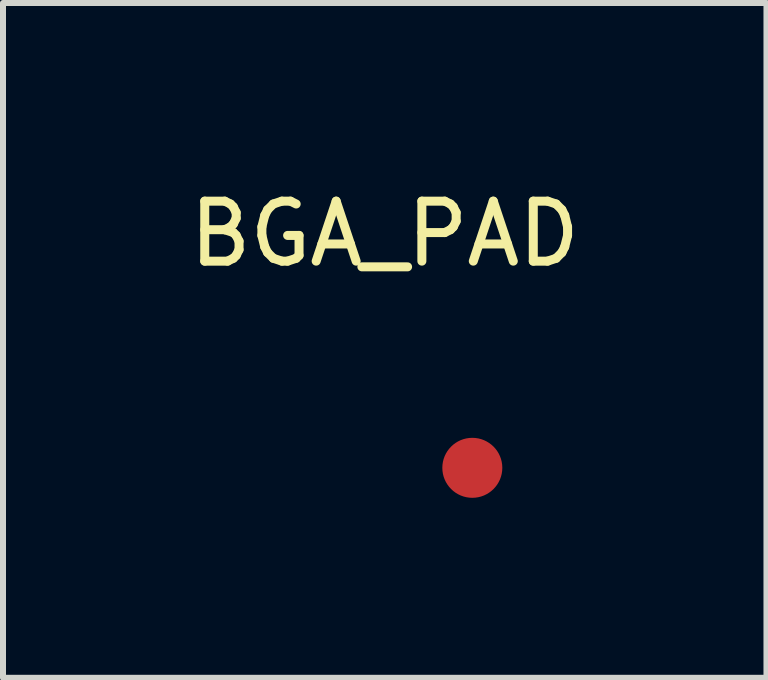
<source format=kicad_pcb>
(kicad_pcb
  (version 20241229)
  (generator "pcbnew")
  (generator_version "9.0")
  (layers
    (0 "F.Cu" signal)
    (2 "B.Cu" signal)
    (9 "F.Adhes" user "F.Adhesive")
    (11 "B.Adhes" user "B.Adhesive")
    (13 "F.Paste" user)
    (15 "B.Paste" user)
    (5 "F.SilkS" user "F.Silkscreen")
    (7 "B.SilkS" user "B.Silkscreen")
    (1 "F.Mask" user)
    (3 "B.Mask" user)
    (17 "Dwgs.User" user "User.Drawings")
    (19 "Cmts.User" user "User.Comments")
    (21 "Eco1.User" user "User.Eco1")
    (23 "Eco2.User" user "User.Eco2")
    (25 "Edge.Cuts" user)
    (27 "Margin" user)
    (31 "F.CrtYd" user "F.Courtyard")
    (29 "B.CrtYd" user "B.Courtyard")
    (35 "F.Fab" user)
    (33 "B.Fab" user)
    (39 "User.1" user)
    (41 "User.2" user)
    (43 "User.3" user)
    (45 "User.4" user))
  (footprint "BGA_PAD"
    (layer "F.Cu")
    (at 4.823 4.748)
    (property "Reference" "BGA_PAD" (at -1.46 -3.9 0) (unlocked yes) (layer "F.SilkS") (effects (font (size 1 1) (thickness 0.15))))
    (attr smd)
    (pad "1" smd circle (at 0 0) (size 1 1) (layers "F.Cu" "F.Mask" "F.Paste")))
  (gr_rect
    (start -3 -3)
    (end 9.726 8.248)
    (stroke (width 0.1) (type default))
    (fill no)
    (layer "Edge.Cuts")))
</source>
